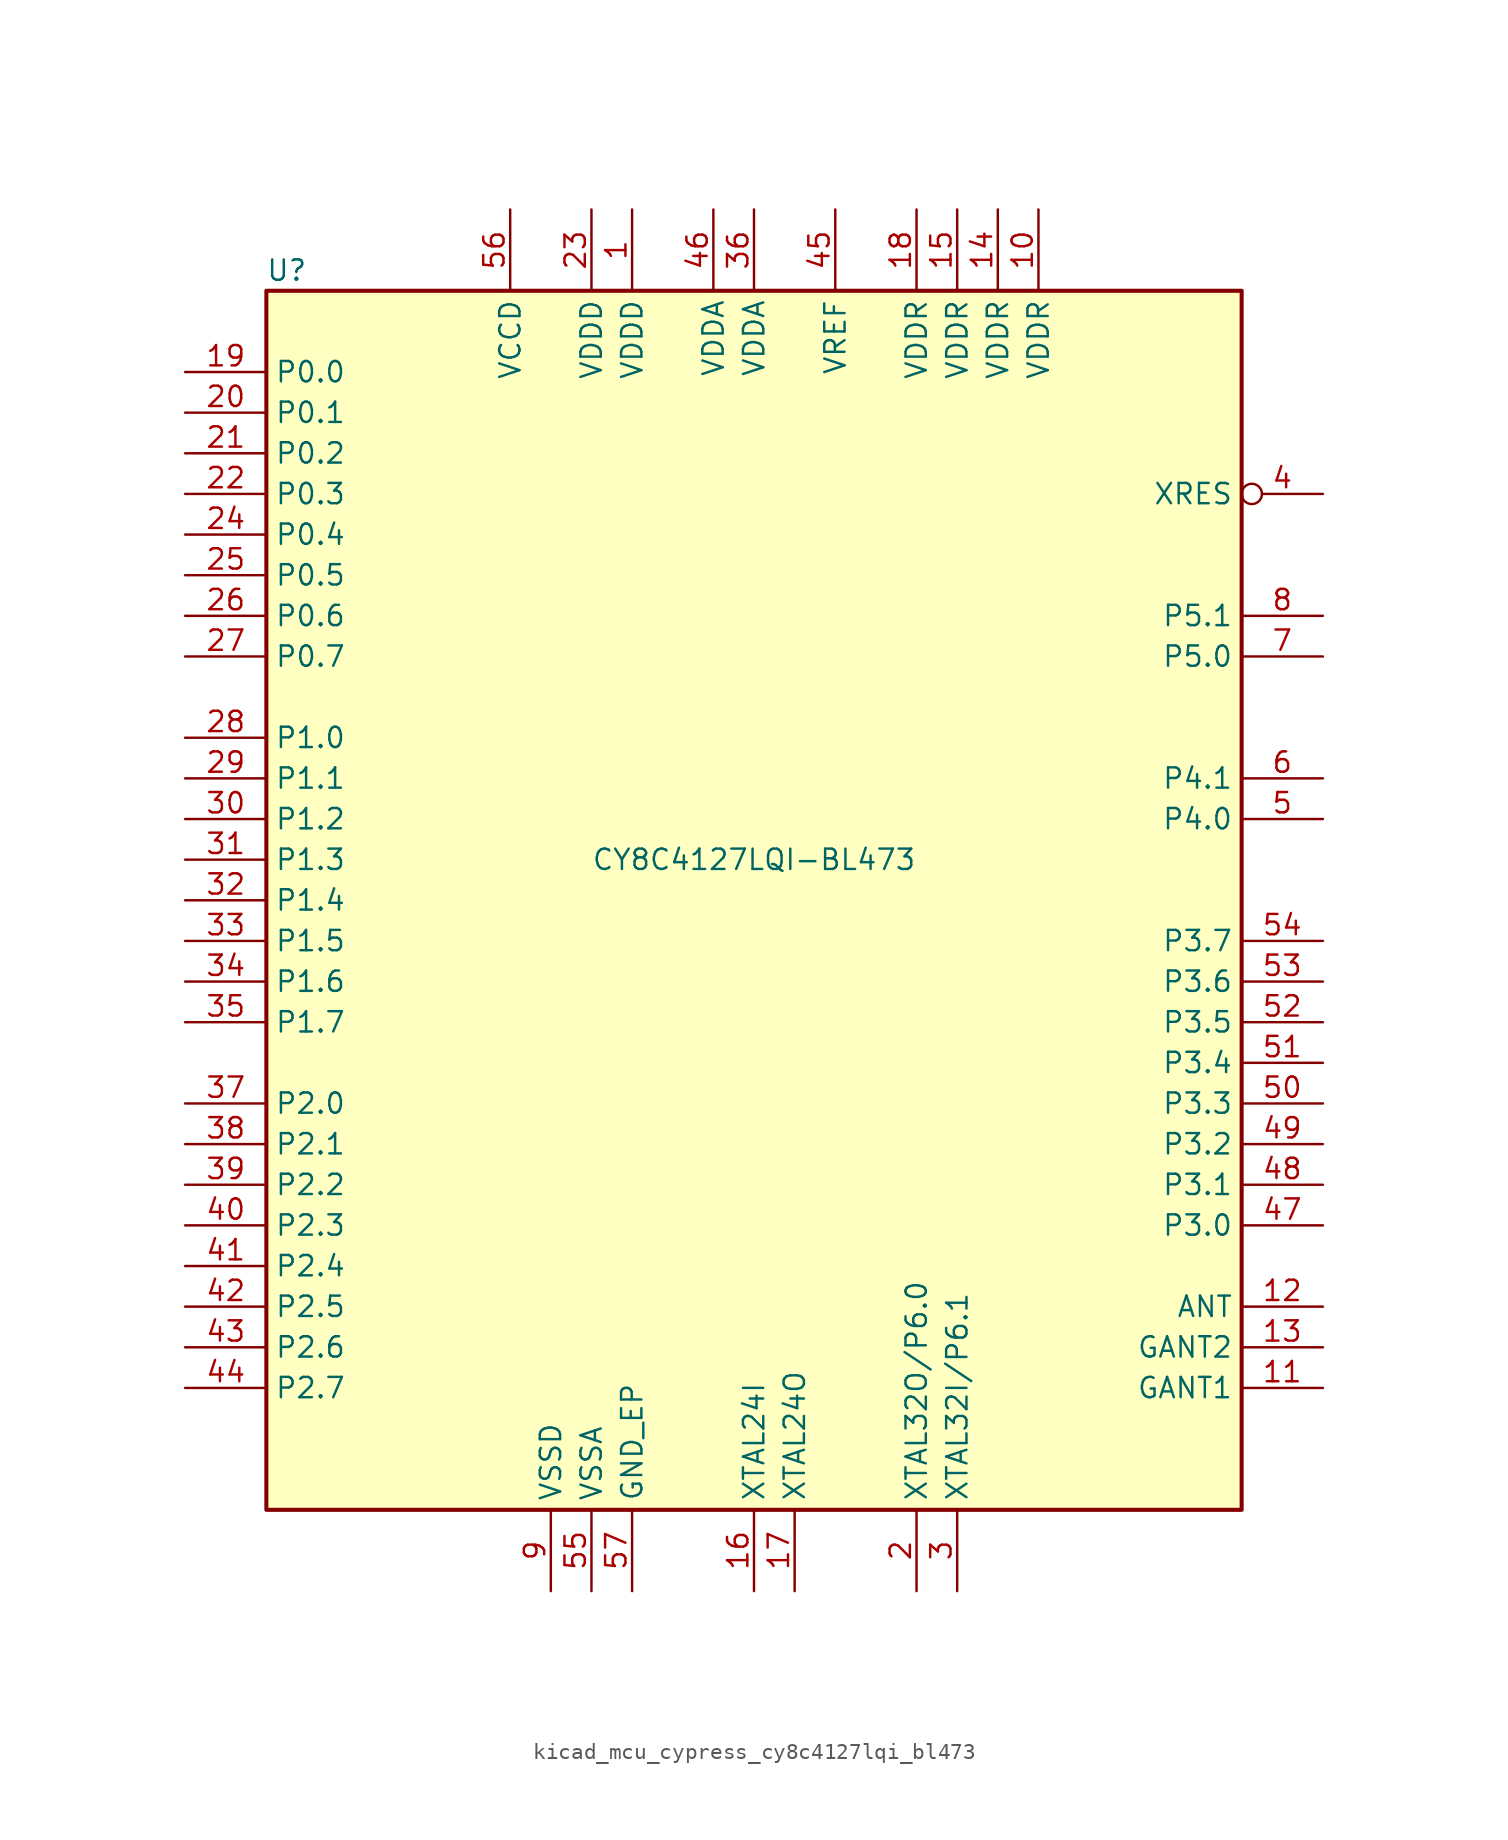
<source format=kicad_sym>
(kicad_symbol_lib
  (version 20220914)
  (generator kicad_symbol_editor)
  (symbol "kicad_mcu_cypress_cy8c4127lqi_bl473"
    (property "Reference" "U"
      (at -29.21 39.37 0)
      (effects (font (size 1.27 1.27))))
    (property "Value" "CY8C4127LQI-BL473"
      (at 0 2.54 0)
      (effects (font (size 1.27 1.27))))
    (symbol "kicad_mcu_cypress_cy8c4127lqi_bl473_1_0"
      (rectangle (start -30.48 -38.1) (end 30.48 38.1) (stroke (width 0.254) (type default)) (fill (type background))))
    (symbol "kicad_mcu_cypress_cy8c4127lqi_bl473_1_1"
      (pin power_in line (at -7.62 43.18 270) (length 5.08) (name "VDDD" (effects (font (size 1.27 1.27)))) (number "1" (effects (font (size 1.27 1.27)))))
      (pin power_in line (at 17.78 43.18 270) (length 5.08) (name "VDDR" (effects (font (size 1.27 1.27)))) (number "10" (effects (font (size 1.27 1.27)))))
      (pin power_in line (at 35.56 -30.48 180) (length 5.08) (name "GANT1" (effects (font (size 1.27 1.27)))) (number "11" (effects (font (size 1.27 1.27)))))
      (pin output line (at 35.56 -25.4 180) (length 5.08) (name "ANT" (effects (font (size 1.27 1.27)))) (number "12" (effects (font (size 1.27 1.27)))))
      (pin power_in line (at 35.56 -27.94 180) (length 5.08) (name "GANT2" (effects (font (size 1.27 1.27)))) (number "13" (effects (font (size 1.27 1.27)))))
      (pin power_in line (at 15.24 43.18 270) (length 5.08) (name "VDDR" (effects (font (size 1.27 1.27)))) (number "14" (effects (font (size 1.27 1.27)))))
      (pin power_in line (at 12.7 43.18 270) (length 5.08) (name "VDDR" (effects (font (size 1.27 1.27)))) (number "15" (effects (font (size 1.27 1.27)))))
      (pin input line (at 0 -43.18 90) (length 5.08) (name "XTAL24I" (effects (font (size 1.27 1.27)))) (number "16" (effects (font (size 1.27 1.27)))))
      (pin output line (at 2.54 -43.18 90) (length 5.08) (name "XTAL24O" (effects (font (size 1.27 1.27)))) (number "17" (effects (font (size 1.27 1.27)))))
      (pin power_in line (at 10.16 43.18 270) (length 5.08) (name "VDDR" (effects (font (size 1.27 1.27)))) (number "18" (effects (font (size 1.27 1.27)))))
      (pin bidirectional line (at -35.56 33.02 0) (length 5.08) (name "P0.0" (effects (font (size 1.27 1.27)))) (number "19" (effects (font (size 1.27 1.27)))))
      (pin bidirectional line (at 10.16 -43.18 90) (length 5.08) (name "XTAL32O/P6.0" (effects (font (size 1.27 1.27)))) (number "2" (effects (font (size 1.27 1.27)))))
      (pin bidirectional line (at -35.56 30.48 0) (length 5.08) (name "P0.1" (effects (font (size 1.27 1.27)))) (number "20" (effects (font (size 1.27 1.27)))))
      (pin bidirectional line (at -35.56 27.94 0) (length 5.08) (name "P0.2" (effects (font (size 1.27 1.27)))) (number "21" (effects (font (size 1.27 1.27)))))
      (pin bidirectional line (at -35.56 25.4 0) (length 5.08) (name "P0.3" (effects (font (size 1.27 1.27)))) (number "22" (effects (font (size 1.27 1.27)))))
      (pin power_in line (at -10.16 43.18 270) (length 5.08) (name "VDDD" (effects (font (size 1.27 1.27)))) (number "23" (effects (font (size 1.27 1.27)))))
      (pin bidirectional line (at -35.56 22.86 0) (length 5.08) (name "P0.4" (effects (font (size 1.27 1.27)))) (number "24" (effects (font (size 1.27 1.27)))))
      (pin bidirectional line (at -35.56 20.32 0) (length 5.08) (name "P0.5" (effects (font (size 1.27 1.27)))) (number "25" (effects (font (size 1.27 1.27)))))
      (pin bidirectional line (at -35.56 17.78 0) (length 5.08) (name "P0.6" (effects (font (size 1.27 1.27)))) (number "26" (effects (font (size 1.27 1.27)))))
      (pin bidirectional line (at -35.56 15.24 0) (length 5.08) (name "P0.7" (effects (font (size 1.27 1.27)))) (number "27" (effects (font (size 1.27 1.27)))))
      (pin bidirectional line (at -35.56 10.16 0) (length 5.08) (name "P1.0" (effects (font (size 1.27 1.27)))) (number "28" (effects (font (size 1.27 1.27)))))
      (pin bidirectional line (at -35.56 7.62 0) (length 5.08) (name "P1.1" (effects (font (size 1.27 1.27)))) (number "29" (effects (font (size 1.27 1.27)))))
      (pin bidirectional line (at 12.7 -43.18 90) (length 5.08) (name "XTAL32I/P6.1" (effects (font (size 1.27 1.27)))) (number "3" (effects (font (size 1.27 1.27)))))
      (pin bidirectional line (at -35.56 5.08 0) (length 5.08) (name "P1.2" (effects (font (size 1.27 1.27)))) (number "30" (effects (font (size 1.27 1.27)))))
      (pin bidirectional line (at -35.56 2.54 0) (length 5.08) (name "P1.3" (effects (font (size 1.27 1.27)))) (number "31" (effects (font (size 1.27 1.27)))))
      (pin bidirectional line (at -35.56 0 0) (length 5.08) (name "P1.4" (effects (font (size 1.27 1.27)))) (number "32" (effects (font (size 1.27 1.27)))))
      (pin bidirectional line (at -35.56 -2.54 0) (length 5.08) (name "P1.5" (effects (font (size 1.27 1.27)))) (number "33" (effects (font (size 1.27 1.27)))))
      (pin bidirectional line (at -35.56 -5.08 0) (length 5.08) (name "P1.6" (effects (font (size 1.27 1.27)))) (number "34" (effects (font (size 1.27 1.27)))))
      (pin bidirectional line (at -35.56 -7.62 0) (length 5.08) (name "P1.7" (effects (font (size 1.27 1.27)))) (number "35" (effects (font (size 1.27 1.27)))))
      (pin power_in line (at 0 43.18 270) (length 5.08) (name "VDDA" (effects (font (size 1.27 1.27)))) (number "36" (effects (font (size 1.27 1.27)))))
      (pin bidirectional line (at -35.56 -12.7 0) (length 5.08) (name "P2.0" (effects (font (size 1.27 1.27)))) (number "37" (effects (font (size 1.27 1.27)))))
      (pin bidirectional line (at -35.56 -15.24 0) (length 5.08) (name "P2.1" (effects (font (size 1.27 1.27)))) (number "38" (effects (font (size 1.27 1.27)))))
      (pin bidirectional line (at -35.56 -17.78 0) (length 5.08) (name "P2.2" (effects (font (size 1.27 1.27)))) (number "39" (effects (font (size 1.27 1.27)))))
      (pin input inverted (at 35.56 25.4 180) (length 5.08) (name "XRES" (effects (font (size 1.27 1.27)))) (number "4" (effects (font (size 1.27 1.27)))))
      (pin bidirectional line (at -35.56 -20.32 0) (length 5.08) (name "P2.3" (effects (font (size 1.27 1.27)))) (number "40" (effects (font (size 1.27 1.27)))))
      (pin bidirectional line (at -35.56 -22.86 0) (length 5.08) (name "P2.4" (effects (font (size 1.27 1.27)))) (number "41" (effects (font (size 1.27 1.27)))))
      (pin bidirectional line (at -35.56 -25.4 0) (length 5.08) (name "P2.5" (effects (font (size 1.27 1.27)))) (number "42" (effects (font (size 1.27 1.27)))))
      (pin bidirectional line (at -35.56 -27.94 0) (length 5.08) (name "P2.6" (effects (font (size 1.27 1.27)))) (number "43" (effects (font (size 1.27 1.27)))))
      (pin bidirectional line (at -35.56 -30.48 0) (length 5.08) (name "P2.7" (effects (font (size 1.27 1.27)))) (number "44" (effects (font (size 1.27 1.27)))))
      (pin passive line (at 5.08 43.18 270) (length 5.08) (name "VREF" (effects (font (size 1.27 1.27)))) (number "45" (effects (font (size 1.27 1.27)))))
      (pin power_in line (at -2.54 43.18 270) (length 5.08) (name "VDDA" (effects (font (size 1.27 1.27)))) (number "46" (effects (font (size 1.27 1.27)))))
      (pin bidirectional line (at 35.56 -20.32 180) (length 5.08) (name "P3.0" (effects (font (size 1.27 1.27)))) (number "47" (effects (font (size 1.27 1.27)))))
      (pin bidirectional line (at 35.56 -17.78 180) (length 5.08) (name "P3.1" (effects (font (size 1.27 1.27)))) (number "48" (effects (font (size 1.27 1.27)))))
      (pin bidirectional line (at 35.56 -15.24 180) (length 5.08) (name "P3.2" (effects (font (size 1.27 1.27)))) (number "49" (effects (font (size 1.27 1.27)))))
      (pin bidirectional line (at 35.56 5.08 180) (length 5.08) (name "P4.0" (effects (font (size 1.27 1.27)))) (number "5" (effects (font (size 1.27 1.27)))))
      (pin bidirectional line (at 35.56 -12.7 180) (length 5.08) (name "P3.3" (effects (font (size 1.27 1.27)))) (number "50" (effects (font (size 1.27 1.27)))))
      (pin bidirectional line (at 35.56 -10.16 180) (length 5.08) (name "P3.4" (effects (font (size 1.27 1.27)))) (number "51" (effects (font (size 1.27 1.27)))))
      (pin bidirectional line (at 35.56 -7.62 180) (length 5.08) (name "P3.5" (effects (font (size 1.27 1.27)))) (number "52" (effects (font (size 1.27 1.27)))))
      (pin bidirectional line (at 35.56 -5.08 180) (length 5.08) (name "P3.6" (effects (font (size 1.27 1.27)))) (number "53" (effects (font (size 1.27 1.27)))))
      (pin bidirectional line (at 35.56 -2.54 180) (length 5.08) (name "P3.7" (effects (font (size 1.27 1.27)))) (number "54" (effects (font (size 1.27 1.27)))))
      (pin power_in line (at -10.16 -43.18 90) (length 5.08) (name "VSSA" (effects (font (size 1.27 1.27)))) (number "55" (effects (font (size 1.27 1.27)))))
      (pin power_out line (at -15.24 43.18 270) (length 5.08) (name "VCCD" (effects (font (size 1.27 1.27)))) (number "56" (effects (font (size 1.27 1.27)))))
      (pin power_in line (at -7.62 -43.18 90) (length 5.08) (name "GND_EP" (effects (font (size 1.27 1.27)))) (number "57" (effects (font (size 1.27 1.27)))))
      (pin bidirectional line (at 35.56 7.62 180) (length 5.08) (name "P4.1" (effects (font (size 1.27 1.27)))) (number "6" (effects (font (size 1.27 1.27)))))
      (pin bidirectional line (at 35.56 15.24 180) (length 5.08) (name "P5.0" (effects (font (size 1.27 1.27)))) (number "7" (effects (font (size 1.27 1.27)))))
      (pin bidirectional line (at 35.56 17.78 180) (length 5.08) (name "P5.1" (effects (font (size 1.27 1.27)))) (number "8" (effects (font (size 1.27 1.27)))))
      (pin power_in line (at -12.7 -43.18 90) (length 5.08) (name "VSSD" (effects (font (size 1.27 1.27)))) (number "9" (effects (font (size 1.27 1.27))))))))
</source>
